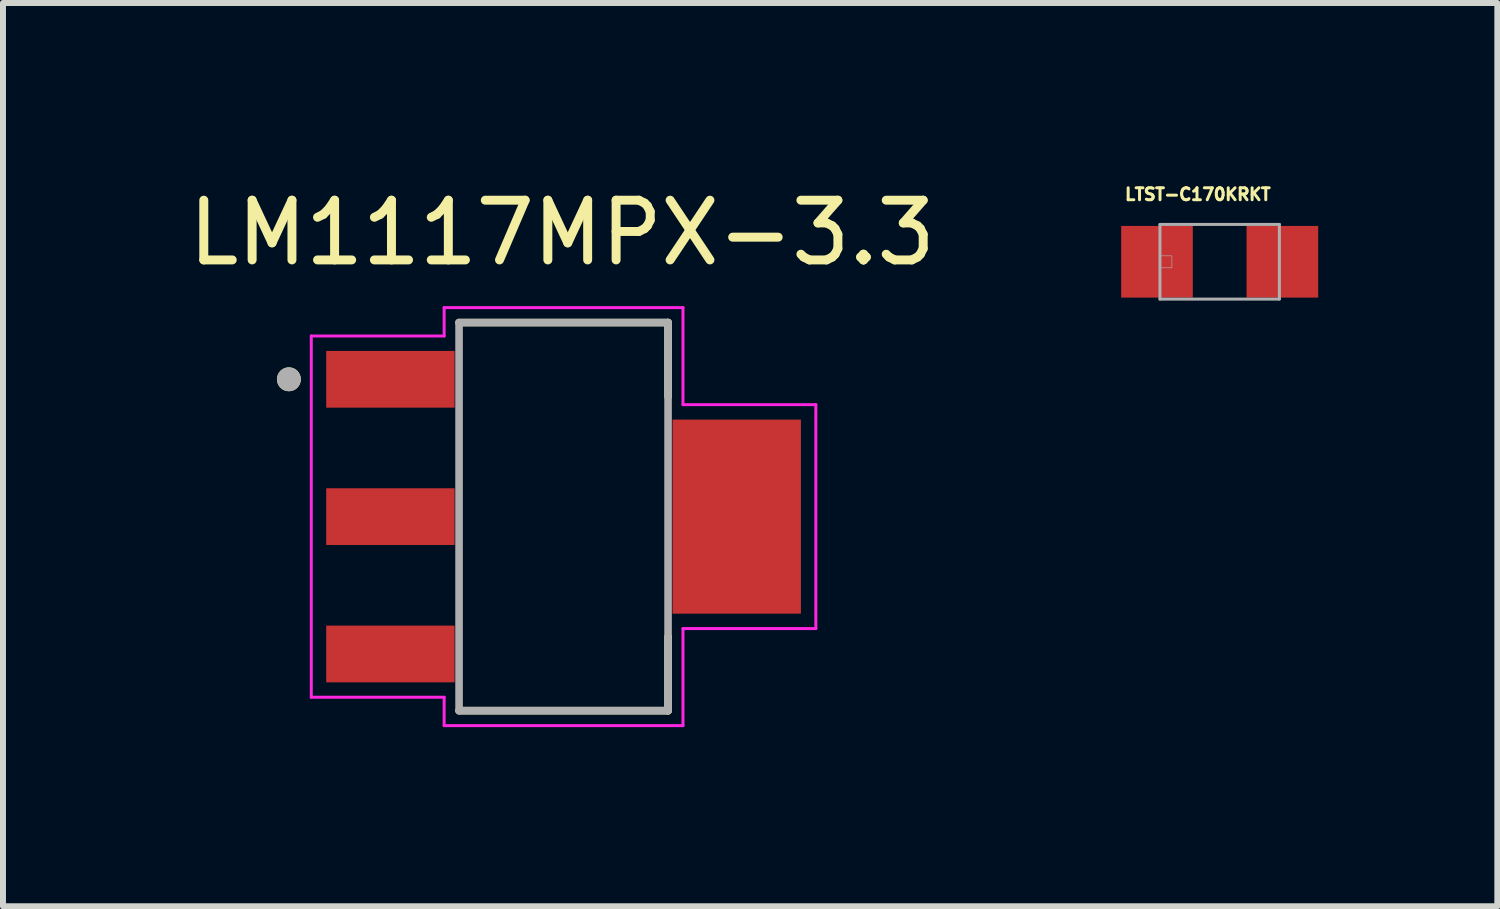
<source format=kicad_pcb>
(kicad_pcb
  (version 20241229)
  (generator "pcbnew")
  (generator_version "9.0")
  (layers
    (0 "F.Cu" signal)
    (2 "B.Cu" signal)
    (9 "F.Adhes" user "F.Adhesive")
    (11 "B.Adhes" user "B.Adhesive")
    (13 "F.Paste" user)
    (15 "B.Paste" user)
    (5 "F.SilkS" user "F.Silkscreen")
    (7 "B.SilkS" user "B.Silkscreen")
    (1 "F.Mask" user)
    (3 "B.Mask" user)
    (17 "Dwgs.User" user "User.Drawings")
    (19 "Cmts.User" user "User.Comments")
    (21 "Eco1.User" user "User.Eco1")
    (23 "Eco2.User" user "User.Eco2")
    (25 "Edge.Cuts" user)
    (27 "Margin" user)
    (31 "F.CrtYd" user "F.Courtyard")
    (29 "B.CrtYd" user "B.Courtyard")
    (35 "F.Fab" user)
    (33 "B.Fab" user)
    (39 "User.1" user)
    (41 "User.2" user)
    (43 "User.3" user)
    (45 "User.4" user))
  (footprint "LTST-C170KRKT"
    (layer "F.Cu")
    (at 17.376 1.334)
    (property "Reference" "LTST-C170KRKT" (at -0.366 -1.129 0) (layer "F.SilkS") (effects (font (size 0.2 0.2) (thickness 0.15))))
    (attr smd)
    (fp_line (start -1 -0.625) (end -1 0.625) (stroke (width 0.05) (type solid)) (layer "F.Fab"))
    (fp_line (start -1 0.625) (end 1 0.625) (stroke (width 0.05) (type solid)) (layer "F.Fab"))
    (fp_line (start 1 -0.625) (end -1 -0.625) (stroke (width 0.05) (type solid)) (layer "F.Fab"))
    (fp_line (start 1 0.625) (end 1 -0.625) (stroke (width 0.05) (type solid)) (layer "F.Fab"))
    (fp_poly (pts (xy -1.002 -0.1) (xy -0.8 -0.1) (xy -0.8 0.1) (xy -1.002 0.1)) (stroke (width 0.01) (type solid)) (fill no) (layer "F.Fab"))
    (pad "+" smd rect (at 1.05 0) (size 1.2 1.2) (layers "F.Cu" "F.Mask" "F.Paste"))
    (pad "-" smd rect (at -1.05 0) (size 1.2 1.2) (layers "F.Cu" "F.Mask" "F.Paste")))
  (footprint "LM1117MPX-3.3"
    (layer "F.Cu")
    (at 6.388 5.602)
    (property "Reference" "LM1117MPX-3.3" (at -0.025 -4.754 0) (layer "F.SilkS") (effects (font (size 1 1) (thickness 0.15))))
    (attr smd)
    (fp_line (start -1.75 -3.25) (end 1.75 -3.25) (stroke (width 0.127) (type solid)) (layer "F.SilkS"))
    (fp_line (start -1.75 3.25) (end 1.75 3.25) (stroke (width 0.127) (type solid)) (layer "F.SilkS"))
    (fp_line (start 1.75 -3.25) (end 1.75 -2.01) (stroke (width 0.127) (type solid)) (layer "F.SilkS"))
    (fp_line (start 1.75 3.25) (end 1.75 2.01) (stroke (width 0.127) (type solid)) (layer "F.SilkS"))
    (fp_circle (center -4.6 -2.3) (end -4.5 -2.3) (stroke (width 0.2) (type solid)) (fill no) (layer "F.SilkS"))
    (fp_line (start -4.225 -3.025) (end -4.225 3.025) (stroke (width 0.05) (type solid)) (layer "F.CrtYd"))
    (fp_line (start -4.225 3.025) (end -2 3.025) (stroke (width 0.05) (type solid)) (layer "F.CrtYd"))
    (fp_line (start -2 -3.5) (end -2 -3.025) (stroke (width 0.05) (type solid)) (layer "F.CrtYd"))
    (fp_line (start -2 -3.025) (end -4.225 -3.025) (stroke (width 0.05) (type solid)) (layer "F.CrtYd"))
    (fp_line (start -2 3.025) (end -2 3.5) (stroke (width 0.05) (type solid)) (layer "F.CrtYd"))
    (fp_line (start -2 3.5) (end 2 3.5) (stroke (width 0.05) (type solid)) (layer "F.CrtYd"))
    (fp_line (start 2 -3.5) (end -2 -3.5) (stroke (width 0.05) (type solid)) (layer "F.CrtYd"))
    (fp_line (start 2 -1.875) (end 2 -3.5) (stroke (width 0.05) (type solid)) (layer "F.CrtYd"))
    (fp_line (start 2 1.875) (end 4.225 1.875) (stroke (width 0.05) (type solid)) (layer "F.CrtYd"))
    (fp_line (start 2 3.5) (end 2 1.875) (stroke (width 0.05) (type solid)) (layer "F.CrtYd"))
    (fp_line (start 4.225 -1.875) (end 2 -1.875) (stroke (width 0.05) (type solid)) (layer "F.CrtYd"))
    (fp_line (start 4.225 1.875) (end 4.225 -1.875) (stroke (width 0.05) (type solid)) (layer "F.CrtYd"))
    (fp_line (start -1.75 -3.25) (end -1.75 3.25) (stroke (width 0.127) (type solid)) (layer "F.Fab"))
    (fp_line (start 1.75 -3.25) (end -1.75 -3.25) (stroke (width 0.127) (type solid)) (layer "F.Fab"))
    (fp_line (start 1.75 -3.25) (end 1.75 3.25) (stroke (width 0.127) (type solid)) (layer "F.Fab"))
    (fp_line (start 1.75 3.25) (end -1.75 3.25) (stroke (width 0.127) (type solid)) (layer "F.Fab"))
    (fp_circle (center -4.6 -2.3) (end -4.5 -2.3) (stroke (width 0.2) (type solid)) (fill no) (layer "F.Fab"))
    (pad "1" smd rect (at -2.9 -2.3) (size 2.15 0.95) (layers "F.Cu" "F.Mask" "F.Paste"))
    (pad "2" smd rect (at -2.9 0) (size 2.15 0.95) (layers "F.Cu" "F.Mask" "F.Paste"))
    (pad "3" smd rect (at -2.9 2.3) (size 2.15 0.95) (layers "F.Cu" "F.Mask" "F.Paste"))
    (pad "4" smd rect (at 2.9 0) (size 2.15 3.25) (layers "F.Cu" "F.Mask" "F.Paste")))
  (gr_rect
    (start -3 -3)
    (end 22.026 12.127)
    (stroke (width 0.1) (type default))
    (fill no)
    (layer "Edge.Cuts")))
</source>
